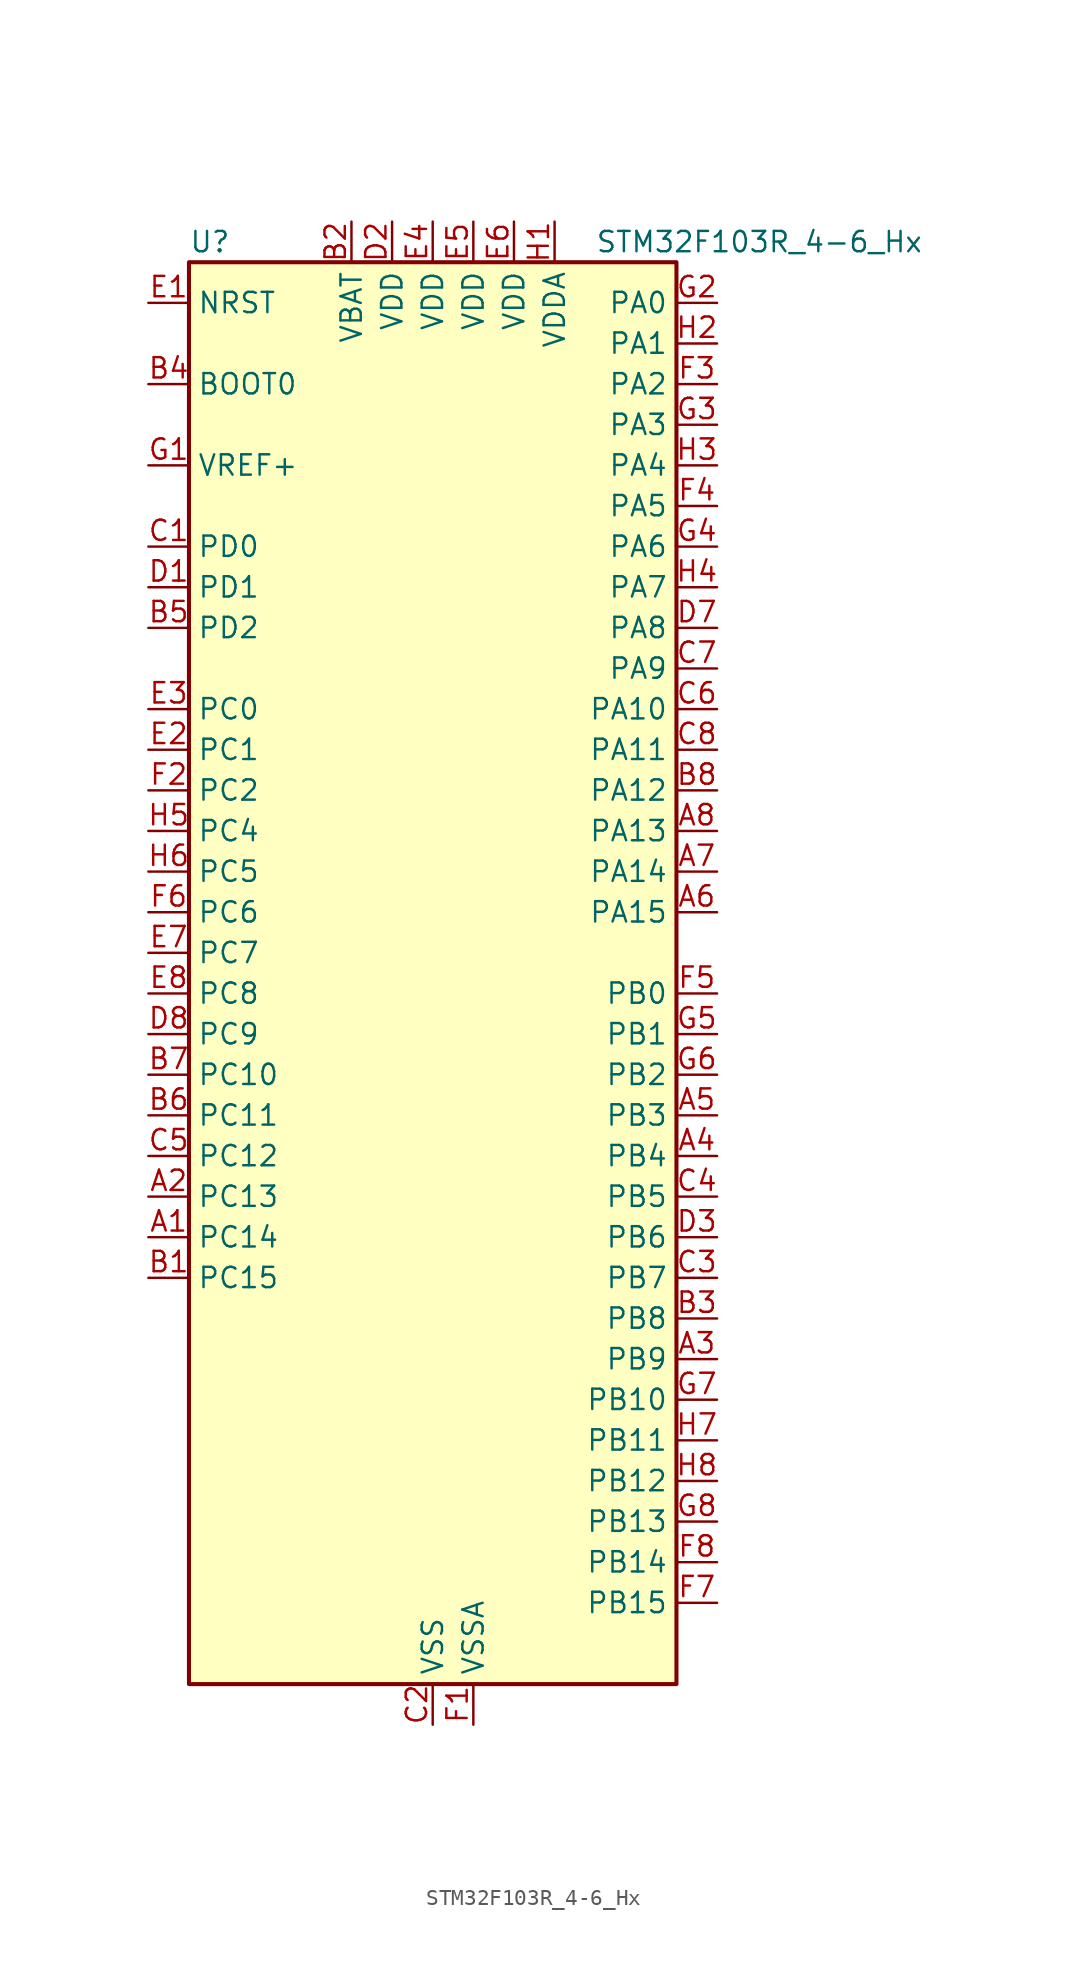
<source format=kicad_sym>
(kicad_symbol_lib
  (version 20231120)
  (generator "kicad-library-utils")
  (generator_version "8.0")
  (symbol "STM32F103R_4-6_Hx"
    (property "Reference" "U"
      (at -15.24 46.99 0)
      (effects (font (size 1.27 1.27)) (justify left)))
    (property "Value" "STM32F103R_4-6_Hx"
      (at 10.16 46.99 0)
      (effects (font (size 1.27 1.27)) (justify left)))
    (property "ki_locked" ""
      (at 0 0 0)
      (effects (font (size 1.27 1.27))))
    (symbol "STM32F103R_4-6_Hx_0_1"
      (rectangle (start -15.24 -43.18) (end 15.24 45.72) (stroke (width 0.254) (type default)) (fill (type background))))
    (symbol "STM32F103R_4-6_Hx_1_1"
      (pin bidirectional line (at -17.78 -15.24 0) (length 2.54) (name "PC14" (effects (font (size 1.27 1.27)))) (number "A1" (effects (font (size 1.27 1.27)))) (alternate "RCC_OSC32_IN" bidirectional line))
      (pin bidirectional line (at -17.78 -12.7 0) (length 2.54) (name "PC13" (effects (font (size 1.27 1.27)))) (number "A2" (effects (font (size 1.27 1.27)))) (alternate "RTC_OUT" bidirectional line) (alternate "RTC_TAMPER" bidirectional line))
      (pin bidirectional line (at 17.78 -22.86 180) (length 2.54) (name "PB9" (effects (font (size 1.27 1.27)))) (number "A3" (effects (font (size 1.27 1.27)))) (alternate "CAN_TX" bidirectional line) (alternate "I2C1_SDA" bidirectional line))
      (pin bidirectional line (at 17.78 -10.16 180) (length 2.54) (name "PB4" (effects (font (size 1.27 1.27)))) (number "A4" (effects (font (size 1.27 1.27)))) (alternate "SPI1_MISO" bidirectional line) (alternate "SYS_NJTRST" bidirectional line) (alternate "TIM3_CH1" bidirectional line))
      (pin bidirectional line (at 17.78 -7.62 180) (length 2.54) (name "PB3" (effects (font (size 1.27 1.27)))) (number "A5" (effects (font (size 1.27 1.27)))) (alternate "SPI1_SCK" bidirectional line) (alternate "SYS_JTDO-TRACESWO" bidirectional line) (alternate "TIM2_CH2" bidirectional line))
      (pin bidirectional line (at 17.78 5.08 180) (length 2.54) (name "PA15" (effects (font (size 1.27 1.27)))) (number "A6" (effects (font (size 1.27 1.27)))) (alternate "ADC1_EXTI15" bidirectional line) (alternate "ADC2_EXTI15" bidirectional line) (alternate "SPI1_NSS" bidirectional line) (alternate "SYS_JTDI" bidirectional line) (alternate "TIM2_CH1" bidirectional line) (alternate "TIM2_ETR" bidirectional line))
      (pin bidirectional line (at 17.78 7.62 180) (length 2.54) (name "PA14" (effects (font (size 1.27 1.27)))) (number "A7" (effects (font (size 1.27 1.27)))) (alternate "SYS_JTCK-SWCLK" bidirectional line))
      (pin bidirectional line (at 17.78 10.16 180) (length 2.54) (name "PA13" (effects (font (size 1.27 1.27)))) (number "A8" (effects (font (size 1.27 1.27)))) (alternate "SYS_JTMS-SWDIO" bidirectional line))
      (pin bidirectional line (at -17.78 -17.78 0) (length 2.54) (name "PC15" (effects (font (size 1.27 1.27)))) (number "B1" (effects (font (size 1.27 1.27)))) (alternate "ADC1_EXTI15" bidirectional line) (alternate "ADC2_EXTI15" bidirectional line) (alternate "RCC_OSC32_OUT" bidirectional line))
      (pin power_in line (at -5.08 48.26 270) (length 2.54) (name "VBAT" (effects (font (size 1.27 1.27)))) (number "B2" (effects (font (size 1.27 1.27)))))
      (pin bidirectional line (at 17.78 -20.32 180) (length 2.54) (name "PB8" (effects (font (size 1.27 1.27)))) (number "B3" (effects (font (size 1.27 1.27)))) (alternate "CAN_RX" bidirectional line) (alternate "I2C1_SCL" bidirectional line))
      (pin input line (at -17.78 38.1 0) (length 2.54) (name "BOOT0" (effects (font (size 1.27 1.27)))) (number "B4" (effects (font (size 1.27 1.27)))))
      (pin bidirectional line (at -17.78 22.86 0) (length 2.54) (name "PD2" (effects (font (size 1.27 1.27)))) (number "B5" (effects (font (size 1.27 1.27)))) (alternate "TIM3_ETR" bidirectional line))
      (pin bidirectional line (at -17.78 -7.62 0) (length 2.54) (name "PC11" (effects (font (size 1.27 1.27)))) (number "B6" (effects (font (size 1.27 1.27)))) (alternate "ADC1_EXTI11" bidirectional line) (alternate "ADC2_EXTI11" bidirectional line))
      (pin bidirectional line (at -17.78 -5.08 0) (length 2.54) (name "PC10" (effects (font (size 1.27 1.27)))) (number "B7" (effects (font (size 1.27 1.27)))))
      (pin bidirectional line (at 17.78 12.7 180) (length 2.54) (name "PA12" (effects (font (size 1.27 1.27)))) (number "B8" (effects (font (size 1.27 1.27)))) (alternate "CAN_TX" bidirectional line) (alternate "TIM1_ETR" bidirectional line) (alternate "USART1_RTS" bidirectional line) (alternate "USB_DP" bidirectional line))
      (pin bidirectional line (at -17.78 27.94 0) (length 2.54) (name "PD0" (effects (font (size 1.27 1.27)))) (number "C1" (effects (font (size 1.27 1.27)))) (alternate "RCC_OSC_IN" bidirectional line))
      (pin power_in line (at 0 -45.72 90) (length 2.54) (name "VSS" (effects (font (size 1.27 1.27)))) (number "C2" (effects (font (size 1.27 1.27)))))
      (pin bidirectional line (at 17.78 -17.78 180) (length 2.54) (name "PB7" (effects (font (size 1.27 1.27)))) (number "C3" (effects (font (size 1.27 1.27)))) (alternate "I2C1_SDA" bidirectional line) (alternate "USART1_RX" bidirectional line))
      (pin bidirectional line (at 17.78 -12.7 180) (length 2.54) (name "PB5" (effects (font (size 1.27 1.27)))) (number "C4" (effects (font (size 1.27 1.27)))) (alternate "I2C1_SMBA" bidirectional line) (alternate "SPI1_MOSI" bidirectional line) (alternate "TIM3_CH2" bidirectional line))
      (pin bidirectional line (at -17.78 -10.16 0) (length 2.54) (name "PC12" (effects (font (size 1.27 1.27)))) (number "C5" (effects (font (size 1.27 1.27)))))
      (pin bidirectional line (at 17.78 17.78 180) (length 2.54) (name "PA10" (effects (font (size 1.27 1.27)))) (number "C6" (effects (font (size 1.27 1.27)))) (alternate "TIM1_CH3" bidirectional line) (alternate "USART1_RX" bidirectional line))
      (pin bidirectional line (at 17.78 20.32 180) (length 2.54) (name "PA9" (effects (font (size 1.27 1.27)))) (number "C7" (effects (font (size 1.27 1.27)))) (alternate "TIM1_CH2" bidirectional line) (alternate "USART1_TX" bidirectional line))
      (pin bidirectional line (at 17.78 15.24 180) (length 2.54) (name "PA11" (effects (font (size 1.27 1.27)))) (number "C8" (effects (font (size 1.27 1.27)))) (alternate "ADC1_EXTI11" bidirectional line) (alternate "ADC2_EXTI11" bidirectional line) (alternate "CAN_RX" bidirectional line) (alternate "TIM1_CH4" bidirectional line) (alternate "USART1_CTS" bidirectional line) (alternate "USB_DM" bidirectional line))
      (pin bidirectional line (at -17.78 25.4 0) (length 2.54) (name "PD1" (effects (font (size 1.27 1.27)))) (number "D1" (effects (font (size 1.27 1.27)))) (alternate "RCC_OSC_OUT" bidirectional line))
      (pin power_in line (at -2.54 48.26 270) (length 2.54) (name "VDD" (effects (font (size 1.27 1.27)))) (number "D2" (effects (font (size 1.27 1.27)))))
      (pin bidirectional line (at 17.78 -15.24 180) (length 2.54) (name "PB6" (effects (font (size 1.27 1.27)))) (number "D3" (effects (font (size 1.27 1.27)))) (alternate "I2C1_SCL" bidirectional line) (alternate "USART1_TX" bidirectional line))
      (pin passive line (at 0 -45.72 90) (length 2.54) hide (name "VSS" (effects (font (size 1.27 1.27)))) (number "D4" (effects (font (size 1.27 1.27)))))
      (pin passive line (at 0 -45.72 90) (length 2.54) hide (name "VSS" (effects (font (size 1.27 1.27)))) (number "D5" (effects (font (size 1.27 1.27)))))
      (pin passive line (at 0 -45.72 90) (length 2.54) hide (name "VSS" (effects (font (size 1.27 1.27)))) (number "D6" (effects (font (size 1.27 1.27)))))
      (pin bidirectional line (at 17.78 22.86 180) (length 2.54) (name "PA8" (effects (font (size 1.27 1.27)))) (number "D7" (effects (font (size 1.27 1.27)))) (alternate "RCC_MCO" bidirectional line) (alternate "TIM1_CH1" bidirectional line) (alternate "USART1_CK" bidirectional line))
      (pin bidirectional line (at -17.78 -2.54 0) (length 2.54) (name "PC9" (effects (font (size 1.27 1.27)))) (number "D8" (effects (font (size 1.27 1.27)))) (alternate "TIM3_CH4" bidirectional line))
      (pin input line (at -17.78 43.18 0) (length 2.54) (name "NRST" (effects (font (size 1.27 1.27)))) (number "E1" (effects (font (size 1.27 1.27)))))
      (pin bidirectional line (at -17.78 15.24 0) (length 2.54) (name "PC1" (effects (font (size 1.27 1.27)))) (number "E2" (effects (font (size 1.27 1.27)))) (alternate "ADC1_IN11" bidirectional line) (alternate "ADC2_IN11" bidirectional line))
      (pin bidirectional line (at -17.78 17.78 0) (length 2.54) (name "PC0" (effects (font (size 1.27 1.27)))) (number "E3" (effects (font (size 1.27 1.27)))) (alternate "ADC1_IN10" bidirectional line) (alternate "ADC2_IN10" bidirectional line))
      (pin power_in line (at 0 48.26 270) (length 2.54) (name "VDD" (effects (font (size 1.27 1.27)))) (number "E4" (effects (font (size 1.27 1.27)))))
      (pin power_in line (at 2.54 48.26 270) (length 2.54) (name "VDD" (effects (font (size 1.27 1.27)))) (number "E5" (effects (font (size 1.27 1.27)))))
      (pin power_in line (at 5.08 48.26 270) (length 2.54) (name "VDD" (effects (font (size 1.27 1.27)))) (number "E6" (effects (font (size 1.27 1.27)))))
      (pin bidirectional line (at -17.78 2.54 0) (length 2.54) (name "PC7" (effects (font (size 1.27 1.27)))) (number "E7" (effects (font (size 1.27 1.27)))) (alternate "TIM3_CH2" bidirectional line))
      (pin bidirectional line (at -17.78 0 0) (length 2.54) (name "PC8" (effects (font (size 1.27 1.27)))) (number "E8" (effects (font (size 1.27 1.27)))) (alternate "TIM3_CH3" bidirectional line))
      (pin power_in line (at 2.54 -45.72 90) (length 2.54) (name "VSSA" (effects (font (size 1.27 1.27)))) (number "F1" (effects (font (size 1.27 1.27)))))
      (pin bidirectional line (at -17.78 12.7 0) (length 2.54) (name "PC2" (effects (font (size 1.27 1.27)))) (number "F2" (effects (font (size 1.27 1.27)))) (alternate "ADC1_IN12" bidirectional line) (alternate "ADC2_IN12" bidirectional line))
      (pin bidirectional line (at 17.78 38.1 180) (length 2.54) (name "PA2" (effects (font (size 1.27 1.27)))) (number "F3" (effects (font (size 1.27 1.27)))) (alternate "ADC1_IN2" bidirectional line) (alternate "ADC2_IN2" bidirectional line) (alternate "TIM2_CH3" bidirectional line) (alternate "USART2_TX" bidirectional line))
      (pin bidirectional line (at 17.78 30.48 180) (length 2.54) (name "PA5" (effects (font (size 1.27 1.27)))) (number "F4" (effects (font (size 1.27 1.27)))) (alternate "ADC1_IN5" bidirectional line) (alternate "ADC2_IN5" bidirectional line) (alternate "SPI1_SCK" bidirectional line))
      (pin bidirectional line (at 17.78 0 180) (length 2.54) (name "PB0" (effects (font (size 1.27 1.27)))) (number "F5" (effects (font (size 1.27 1.27)))) (alternate "ADC1_IN8" bidirectional line) (alternate "ADC2_IN8" bidirectional line) (alternate "TIM1_CH2N" bidirectional line) (alternate "TIM3_CH3" bidirectional line))
      (pin bidirectional line (at -17.78 5.08 0) (length 2.54) (name "PC6" (effects (font (size 1.27 1.27)))) (number "F6" (effects (font (size 1.27 1.27)))) (alternate "TIM3_CH1" bidirectional line))
      (pin bidirectional line (at 17.78 -38.1 180) (length 2.54) (name "PB15" (effects (font (size 1.27 1.27)))) (number "F7" (effects (font (size 1.27 1.27)))) (alternate "ADC1_EXTI15" bidirectional line) (alternate "ADC2_EXTI15" bidirectional line) (alternate "TIM1_CH3N" bidirectional line))
      (pin bidirectional line (at 17.78 -35.56 180) (length 2.54) (name "PB14" (effects (font (size 1.27 1.27)))) (number "F8" (effects (font (size 1.27 1.27)))) (alternate "TIM1_CH2N" bidirectional line))
      (pin input line (at -17.78 33.02 0) (length 2.54) (name "VREF+" (effects (font (size 1.27 1.27)))) (number "G1" (effects (font (size 1.27 1.27)))))
      (pin bidirectional line (at 17.78 43.18 180) (length 2.54) (name "PA0" (effects (font (size 1.27 1.27)))) (number "G2" (effects (font (size 1.27 1.27)))) (alternate "ADC1_IN0" bidirectional line) (alternate "ADC2_IN0" bidirectional line) (alternate "SYS_WKUP" bidirectional line) (alternate "TIM2_CH1" bidirectional line) (alternate "TIM2_ETR" bidirectional line) (alternate "USART2_CTS" bidirectional line))
      (pin bidirectional line (at 17.78 35.56 180) (length 2.54) (name "PA3" (effects (font (size 1.27 1.27)))) (number "G3" (effects (font (size 1.27 1.27)))) (alternate "ADC1_IN3" bidirectional line) (alternate "ADC2_IN3" bidirectional line) (alternate "TIM2_CH4" bidirectional line) (alternate "USART2_RX" bidirectional line))
      (pin bidirectional line (at 17.78 27.94 180) (length 2.54) (name "PA6" (effects (font (size 1.27 1.27)))) (number "G4" (effects (font (size 1.27 1.27)))) (alternate "ADC1_IN6" bidirectional line) (alternate "ADC2_IN6" bidirectional line) (alternate "SPI1_MISO" bidirectional line) (alternate "TIM1_BKIN" bidirectional line) (alternate "TIM3_CH1" bidirectional line))
      (pin bidirectional line (at 17.78 -2.54 180) (length 2.54) (name "PB1" (effects (font (size 1.27 1.27)))) (number "G5" (effects (font (size 1.27 1.27)))) (alternate "ADC1_IN9" bidirectional line) (alternate "ADC2_IN9" bidirectional line) (alternate "TIM1_CH3N" bidirectional line) (alternate "TIM3_CH4" bidirectional line))
      (pin bidirectional line (at 17.78 -5.08 180) (length 2.54) (name "PB2" (effects (font (size 1.27 1.27)))) (number "G6" (effects (font (size 1.27 1.27)))))
      (pin bidirectional line (at 17.78 -25.4 180) (length 2.54) (name "PB10" (effects (font (size 1.27 1.27)))) (number "G7" (effects (font (size 1.27 1.27)))) (alternate "TIM2_CH3" bidirectional line))
      (pin bidirectional line (at 17.78 -33.02 180) (length 2.54) (name "PB13" (effects (font (size 1.27 1.27)))) (number "G8" (effects (font (size 1.27 1.27)))) (alternate "TIM1_CH1N" bidirectional line))
      (pin power_in line (at 7.62 48.26 270) (length 2.54) (name "VDDA" (effects (font (size 1.27 1.27)))) (number "H1" (effects (font (size 1.27 1.27)))))
      (pin bidirectional line (at 17.78 40.64 180) (length 2.54) (name "PA1" (effects (font (size 1.27 1.27)))) (number "H2" (effects (font (size 1.27 1.27)))) (alternate "ADC1_IN1" bidirectional line) (alternate "ADC2_IN1" bidirectional line) (alternate "TIM2_CH2" bidirectional line) (alternate "USART2_RTS" bidirectional line))
      (pin bidirectional line (at 17.78 33.02 180) (length 2.54) (name "PA4" (effects (font (size 1.27 1.27)))) (number "H3" (effects (font (size 1.27 1.27)))) (alternate "ADC1_IN4" bidirectional line) (alternate "ADC2_IN4" bidirectional line) (alternate "SPI1_NSS" bidirectional line) (alternate "USART2_CK" bidirectional line))
      (pin bidirectional line (at 17.78 25.4 180) (length 2.54) (name "PA7" (effects (font (size 1.27 1.27)))) (number "H4" (effects (font (size 1.27 1.27)))) (alternate "ADC1_IN7" bidirectional line) (alternate "ADC2_IN7" bidirectional line) (alternate "SPI1_MOSI" bidirectional line) (alternate "TIM1_CH1N" bidirectional line) (alternate "TIM3_CH2" bidirectional line))
      (pin bidirectional line (at -17.78 10.16 0) (length 2.54) (name "PC4" (effects (font (size 1.27 1.27)))) (number "H5" (effects (font (size 1.27 1.27)))) (alternate "ADC1_IN14" bidirectional line) (alternate "ADC2_IN14" bidirectional line))
      (pin bidirectional line (at -17.78 7.62 0) (length 2.54) (name "PC5" (effects (font (size 1.27 1.27)))) (number "H6" (effects (font (size 1.27 1.27)))) (alternate "ADC1_IN15" bidirectional line) (alternate "ADC2_IN15" bidirectional line))
      (pin bidirectional line (at 17.78 -27.94 180) (length 2.54) (name "PB11" (effects (font (size 1.27 1.27)))) (number "H7" (effects (font (size 1.27 1.27)))) (alternate "ADC1_EXTI11" bidirectional line) (alternate "ADC2_EXTI11" bidirectional line) (alternate "TIM2_CH4" bidirectional line))
      (pin bidirectional line (at 17.78 -30.48 180) (length 2.54) (name "PB12" (effects (font (size 1.27 1.27)))) (number "H8" (effects (font (size 1.27 1.27)))) (alternate "TIM1_BKIN" bidirectional line)))))
</source>
